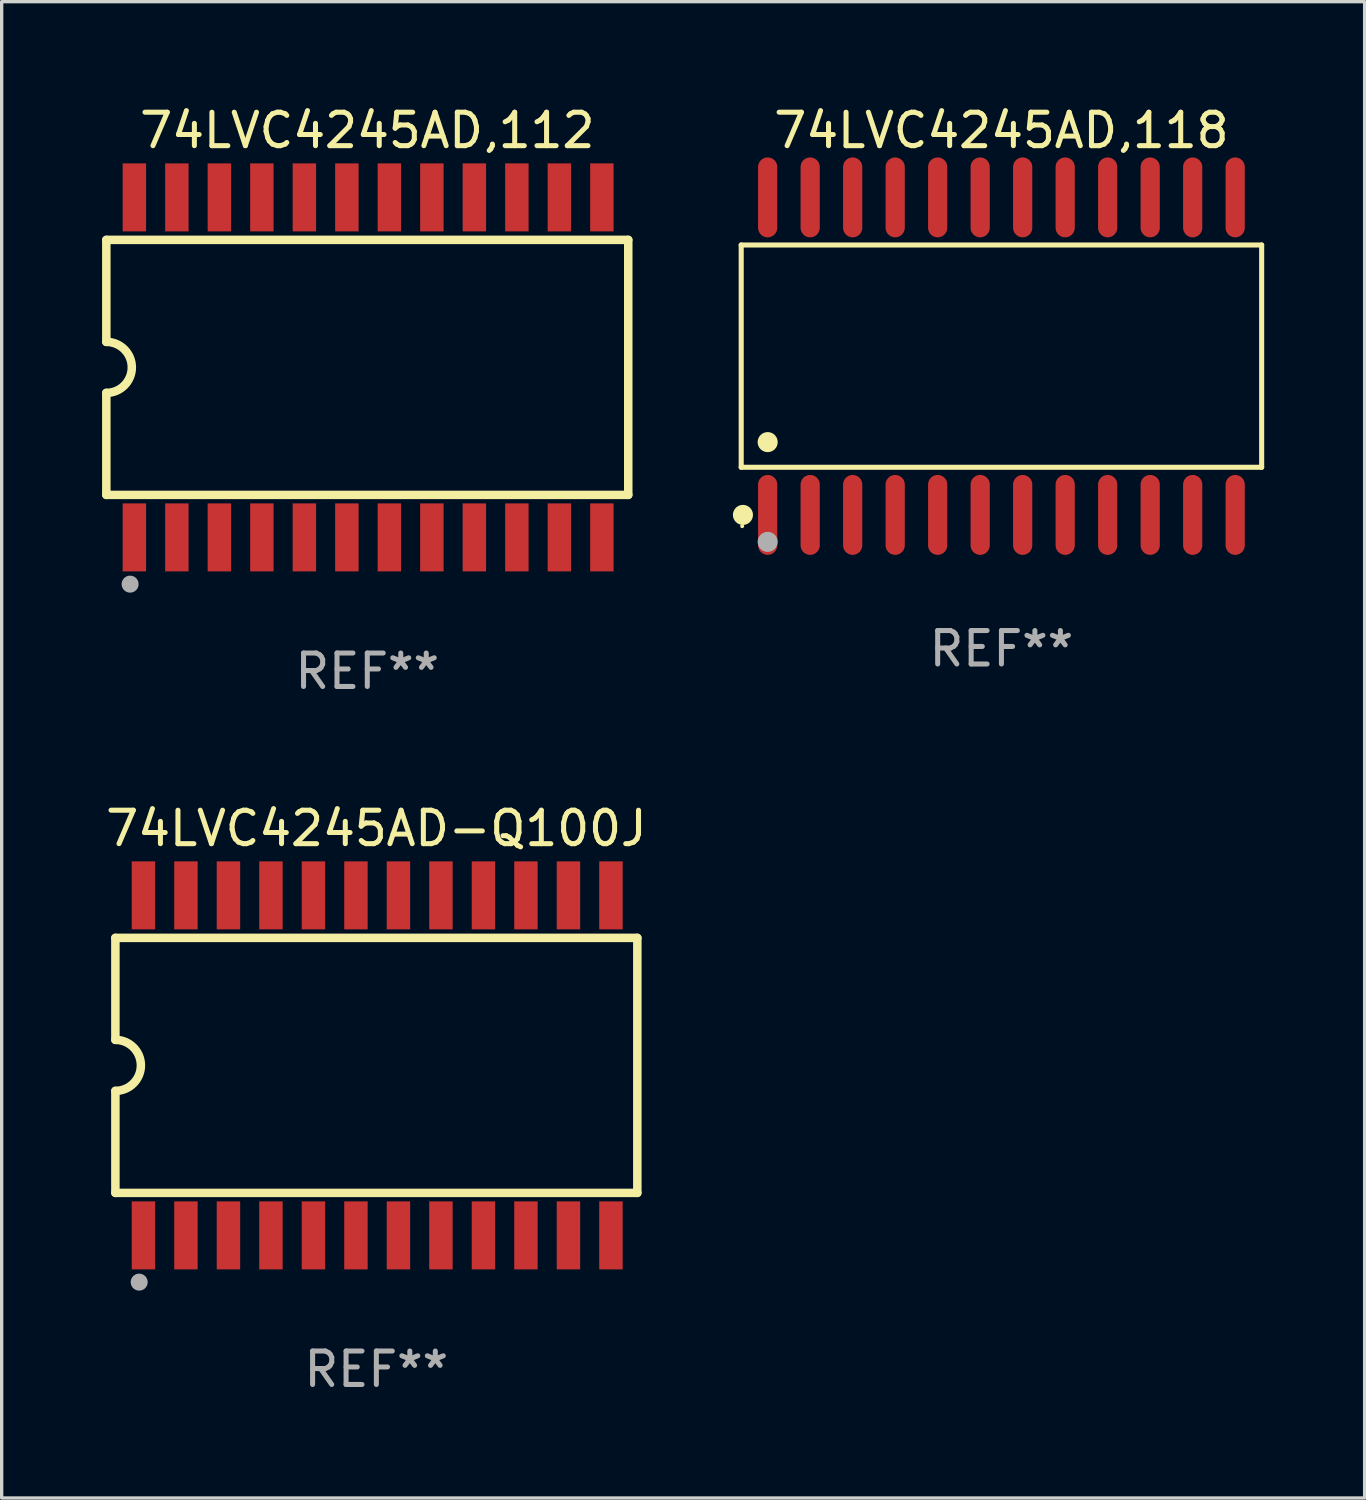
<source format=kicad_pcb>
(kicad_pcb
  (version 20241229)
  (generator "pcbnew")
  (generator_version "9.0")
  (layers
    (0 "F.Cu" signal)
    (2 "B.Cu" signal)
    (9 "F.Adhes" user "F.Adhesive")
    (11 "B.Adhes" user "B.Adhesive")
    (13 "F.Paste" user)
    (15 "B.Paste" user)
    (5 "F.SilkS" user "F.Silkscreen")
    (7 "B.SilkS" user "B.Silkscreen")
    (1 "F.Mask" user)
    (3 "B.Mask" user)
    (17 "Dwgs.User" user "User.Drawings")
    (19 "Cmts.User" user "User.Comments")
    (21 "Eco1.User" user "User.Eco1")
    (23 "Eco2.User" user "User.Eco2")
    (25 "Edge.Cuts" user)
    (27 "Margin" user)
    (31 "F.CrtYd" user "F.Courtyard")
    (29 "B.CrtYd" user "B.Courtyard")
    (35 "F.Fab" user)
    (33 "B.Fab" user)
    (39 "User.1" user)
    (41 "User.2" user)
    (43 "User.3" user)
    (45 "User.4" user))
  (footprint "74LVC4245AD,112"
    (layer "F.Cu")
    (at 7.925 7.928)
    (property "Reference" "74LVC4245AD,112" (at 0 -7.08 0) (layer "F.SilkS") (effects (font (size 1 1) (thickness 0.15))))
    (attr through_hole)
    (fp_line (start -7.798 -3.81) (end -7.798 -0.762) (stroke (width 0.254) (type solid)) (layer "F.SilkS"))
    (fp_line (start -7.798 3.81) (end -7.798 0.762) (stroke (width 0.254) (type solid)) (layer "F.SilkS"))
    (fp_line (start 7.798 -3.81) (end -7.798 -3.81) (stroke (width 0.254) (type solid)) (layer "F.SilkS"))
    (fp_line (start 7.798 3.81) (end -7.798 3.81) (stroke (width 0.254) (type solid)) (layer "F.SilkS"))
    (fp_line (start 7.798 3.81) (end 7.798 -3.81) (stroke (width 0.254) (type solid)) (layer "F.SilkS"))
    (fp_arc (start -7.797791 -0.762002) (mid -7.03579 -0.000001) (end -7.79779 0.762002) (stroke (width 0.254001) (type solid)) (layer "F.SilkS"))
    (fp_circle (center -7.825 3.75) (end -7.795 3.75) (stroke (width 0.06) (type solid)) (fill no) (layer "F.SilkS"))
    (fp_circle (center -7.087 6.477) (end -6.96 6.477) (stroke (width 0.254) (type solid)) (fill no) (layer "F.Fab"))
    (fp_text user "REF**" (at 0 9.08 0) (layer "F.Fab") (effects (font (size 1 1) (thickness 0.15))))
    (pad "1" smd rect (at -6.96 5.08 90) (size 2.032 0.7) (layers "F.Cu" "F.Mask" "F.Paste"))
    (pad "2" smd rect (at -5.69 5.08 90) (size 2.032 0.7) (layers "F.Cu" "F.Mask" "F.Paste"))
    (pad "3" smd rect (at -4.42 5.08 90) (size 2.032 0.7) (layers "F.Cu" "F.Mask" "F.Paste"))
    (pad "4" smd rect (at -3.15 5.08 90) (size 2.032 0.7) (layers "F.Cu" "F.Mask" "F.Paste"))
    (pad "5" smd rect (at -1.88 5.08 90) (size 2.032 0.7) (layers "F.Cu" "F.Mask" "F.Paste"))
    (pad "6" smd rect (at -0.61 5.08 90) (size 2.032 0.7) (layers "F.Cu" "F.Mask" "F.Paste"))
    (pad "7" smd rect (at 0.66 5.08 90) (size 2.032 0.7) (layers "F.Cu" "F.Mask" "F.Paste"))
    (pad "8" smd rect (at 1.93 5.08 90) (size 2.032 0.7) (layers "F.Cu" "F.Mask" "F.Paste"))
    (pad "9" smd rect (at 3.2 5.08 90) (size 2.032 0.7) (layers "F.Cu" "F.Mask" "F.Paste"))
    (pad "10" smd rect (at 4.47 5.08 90) (size 2.032 0.7) (layers "F.Cu" "F.Mask" "F.Paste"))
    (pad "11" smd rect (at 5.74 5.08 90) (size 2.032 0.7) (layers "F.Cu" "F.Mask" "F.Paste"))
    (pad "12" smd rect (at 7.01 5.08 90) (size 2.032 0.7) (layers "F.Cu" "F.Mask" "F.Paste"))
    (pad "13" smd rect (at 7.01 -5.08 90) (size 2.032 0.7) (layers "F.Cu" "F.Mask" "F.Paste"))
    (pad "14" smd rect (at 5.74 -5.08 90) (size 2.032 0.7) (layers "F.Cu" "F.Mask" "F.Paste"))
    (pad "15" smd rect (at 4.47 -5.08 90) (size 2.032 0.7) (layers "F.Cu" "F.Mask" "F.Paste"))
    (pad "16" smd rect (at 3.2 -5.08 90) (size 2.032 0.7) (layers "F.Cu" "F.Mask" "F.Paste"))
    (pad "17" smd rect (at 1.93 -5.08 90) (size 2.032 0.7) (layers "F.Cu" "F.Mask" "F.Paste"))
    (pad "18" smd rect (at 0.66 -5.08 90) (size 2.032 0.7) (layers "F.Cu" "F.Mask" "F.Paste"))
    (pad "19" smd rect (at -0.61 -5.08 90) (size 2.032 0.7) (layers "F.Cu" "F.Mask" "F.Paste"))
    (pad "20" smd rect (at -1.88 -5.08 90) (size 2.032 0.7) (layers "F.Cu" "F.Mask" "F.Paste"))
    (pad "21" smd rect (at -3.15 -5.08 90) (size 2.032 0.7) (layers "F.Cu" "F.Mask" "F.Paste"))
    (pad "22" smd rect (at -4.42 -5.08 90) (size 2.032 0.7) (layers "F.Cu" "F.Mask" "F.Paste"))
    (pad "23" smd rect (at -5.69 -5.08 90) (size 2.032 0.7) (layers "F.Cu" "F.Mask" "F.Paste"))
    (pad "24" smd rect (at -6.96 -5.08 90) (size 2.032 0.7) (layers "F.Cu" "F.Mask" "F.Paste")))
  (footprint "74LVC4245AD,118"
    (layer "F.Cu")
    (at 26.874 7.592)
    (property "Reference" "74LVC4245AD,118" (at 0 -6.744 0) (layer "F.SilkS") (effects (font (size 1 1) (thickness 0.15))))
    (attr through_hole)
    (fp_line (start -7.776 -3.321) (end 7.776 -3.321) (stroke (width 0.152) (type solid)) (layer "F.SilkS"))
    (fp_line (start -7.776 3.321) (end -7.776 -3.321) (stroke (width 0.152) (type solid)) (layer "F.SilkS"))
    (fp_line (start 7.776 -3.321) (end 7.776 3.321) (stroke (width 0.152) (type solid)) (layer "F.SilkS"))
    (fp_line (start 7.776 3.321) (end -7.776 3.321) (stroke (width 0.152) (type solid)) (layer "F.SilkS"))
    (fp_circle (center -7.747 5.08) (end -7.717 5.08) (stroke (width 0.06) (type solid)) (fill no) (layer "F.SilkS"))
    (fp_circle (center -7.724 4.744) (end -7.574 4.744) (stroke (width 0.3) (type solid)) (fill no) (layer "F.SilkS"))
    (fp_circle (center -6.985 2.569) (end -6.835 2.569) (stroke (width 0.3) (type solid)) (fill no) (layer "F.SilkS"))
    (fp_circle (center -6.985 5.55) (end -6.835 5.55) (stroke (width 0.3) (type solid)) (fill no) (layer "F.Fab"))
    (fp_text user "REF**" (at 0 8.744 0) (layer "F.Fab") (effects (font (size 1 1) (thickness 0.15))))
    (pad "1" smd oval (at -6.985 4.744) (size 0.574 2.388) (layers "F.Cu" "F.Mask" "F.Paste"))
    (pad "2" smd oval (at -5.715 4.744) (size 0.574 2.388) (layers "F.Cu" "F.Mask" "F.Paste"))
    (pad "3" smd oval (at -4.445 4.744) (size 0.574 2.388) (layers "F.Cu" "F.Mask" "F.Paste"))
    (pad "4" smd oval (at -3.175 4.744) (size 0.574 2.388) (layers "F.Cu" "F.Mask" "F.Paste"))
    (pad "5" smd oval (at -1.905 4.744) (size 0.574 2.388) (layers "F.Cu" "F.Mask" "F.Paste"))
    (pad "6" smd oval (at -0.635 4.744) (size 0.574 2.388) (layers "F.Cu" "F.Mask" "F.Paste"))
    (pad "7" smd oval (at 0.635 4.744) (size 0.574 2.388) (layers "F.Cu" "F.Mask" "F.Paste"))
    (pad "8" smd oval (at 1.905 4.744) (size 0.574 2.388) (layers "F.Cu" "F.Mask" "F.Paste"))
    (pad "9" smd oval (at 3.175 4.744) (size 0.574 2.388) (layers "F.Cu" "F.Mask" "F.Paste"))
    (pad "10" smd oval (at 4.445 4.744) (size 0.574 2.388) (layers "F.Cu" "F.Mask" "F.Paste"))
    (pad "11" smd oval (at 5.715 4.744) (size 0.574 2.388) (layers "F.Cu" "F.Mask" "F.Paste"))
    (pad "12" smd oval (at 6.985 4.744) (size 0.574 2.388) (layers "F.Cu" "F.Mask" "F.Paste"))
    (pad "13" smd oval (at 6.985 -4.744) (size 0.574 2.388) (layers "F.Cu" "F.Mask" "F.Paste"))
    (pad "14" smd oval (at 5.715 -4.744) (size 0.574 2.388) (layers "F.Cu" "F.Mask" "F.Paste"))
    (pad "15" smd oval (at 4.445 -4.744) (size 0.574 2.388) (layers "F.Cu" "F.Mask" "F.Paste"))
    (pad "16" smd oval (at 3.175 -4.744) (size 0.574 2.388) (layers "F.Cu" "F.Mask" "F.Paste"))
    (pad "17" smd oval (at 1.905 -4.744) (size 0.574 2.388) (layers "F.Cu" "F.Mask" "F.Paste"))
    (pad "18" smd oval (at 0.635 -4.744) (size 0.574 2.388) (layers "F.Cu" "F.Mask" "F.Paste"))
    (pad "19" smd oval (at -0.635 -4.744) (size 0.574 2.388) (layers "F.Cu" "F.Mask" "F.Paste"))
    (pad "20" smd oval (at -1.905 -4.744) (size 0.574 2.388) (layers "F.Cu" "F.Mask" "F.Paste"))
    (pad "21" smd oval (at -3.175 -4.744) (size 0.574 2.388) (layers "F.Cu" "F.Mask" "F.Paste"))
    (pad "22" smd oval (at -4.445 -4.744) (size 0.574 2.388) (layers "F.Cu" "F.Mask" "F.Paste"))
    (pad "23" smd oval (at -5.715 -4.744) (size 0.574 2.388) (layers "F.Cu" "F.Mask" "F.Paste"))
    (pad "24" smd oval (at -6.985 -4.744) (size 0.574 2.388) (layers "F.Cu" "F.Mask" "F.Paste")))
  (footprint "74LVC4245AD-Q100J"
    (layer "F.Cu")
    (at 8.196 28.785)
    (property "Reference" "74LVC4245AD-Q100J" (at 0 -7.08 0) (layer "F.SilkS") (effects (font (size 1 1) (thickness 0.15))))
    (attr through_hole)
    (fp_line (start -7.798 -3.81) (end -7.798 -0.762) (stroke (width 0.254) (type solid)) (layer "F.SilkS"))
    (fp_line (start -7.798 3.81) (end -7.798 0.762) (stroke (width 0.254) (type solid)) (layer "F.SilkS"))
    (fp_line (start 7.798 -3.81) (end -7.798 -3.81) (stroke (width 0.254) (type solid)) (layer "F.SilkS"))
    (fp_line (start 7.798 3.81) (end -7.798 3.81) (stroke (width 0.254) (type solid)) (layer "F.SilkS"))
    (fp_line (start 7.798 3.81) (end 7.798 -3.81) (stroke (width 0.254) (type solid)) (layer "F.SilkS"))
    (fp_arc (start -7.797791 -0.762002) (mid -7.03579 -0.000001) (end -7.79779 0.762002) (stroke (width 0.254001) (type solid)) (layer "F.SilkS"))
    (fp_circle (center -7.825 3.75) (end -7.795 3.75) (stroke (width 0.06) (type solid)) (fill no) (layer "F.SilkS"))
    (fp_circle (center -7.087 6.477) (end -6.96 6.477) (stroke (width 0.254) (type solid)) (fill no) (layer "F.Fab"))
    (fp_text user "REF**" (at 0 9.08 0) (layer "F.Fab") (effects (font (size 1 1) (thickness 0.15))))
    (pad "1" smd rect (at -6.96 5.08 90) (size 2.032 0.7) (layers "F.Cu" "F.Mask" "F.Paste"))
    (pad "2" smd rect (at -5.69 5.08 90) (size 2.032 0.7) (layers "F.Cu" "F.Mask" "F.Paste"))
    (pad "3" smd rect (at -4.42 5.08 90) (size 2.032 0.7) (layers "F.Cu" "F.Mask" "F.Paste"))
    (pad "4" smd rect (at -3.15 5.08 90) (size 2.032 0.7) (layers "F.Cu" "F.Mask" "F.Paste"))
    (pad "5" smd rect (at -1.88 5.08 90) (size 2.032 0.7) (layers "F.Cu" "F.Mask" "F.Paste"))
    (pad "6" smd rect (at -0.61 5.08 90) (size 2.032 0.7) (layers "F.Cu" "F.Mask" "F.Paste"))
    (pad "7" smd rect (at 0.66 5.08 90) (size 2.032 0.7) (layers "F.Cu" "F.Mask" "F.Paste"))
    (pad "8" smd rect (at 1.93 5.08 90) (size 2.032 0.7) (layers "F.Cu" "F.Mask" "F.Paste"))
    (pad "9" smd rect (at 3.2 5.08 90) (size 2.032 0.7) (layers "F.Cu" "F.Mask" "F.Paste"))
    (pad "10" smd rect (at 4.47 5.08 90) (size 2.032 0.7) (layers "F.Cu" "F.Mask" "F.Paste"))
    (pad "11" smd rect (at 5.74 5.08 90) (size 2.032 0.7) (layers "F.Cu" "F.Mask" "F.Paste"))
    (pad "12" smd rect (at 7.01 5.08 90) (size 2.032 0.7) (layers "F.Cu" "F.Mask" "F.Paste"))
    (pad "13" smd rect (at 7.01 -5.08 90) (size 2.032 0.7) (layers "F.Cu" "F.Mask" "F.Paste"))
    (pad "14" smd rect (at 5.74 -5.08 90) (size 2.032 0.7) (layers "F.Cu" "F.Mask" "F.Paste"))
    (pad "15" smd rect (at 4.47 -5.08 90) (size 2.032 0.7) (layers "F.Cu" "F.Mask" "F.Paste"))
    (pad "16" smd rect (at 3.2 -5.08 90) (size 2.032 0.7) (layers "F.Cu" "F.Mask" "F.Paste"))
    (pad "17" smd rect (at 1.93 -5.08 90) (size 2.032 0.7) (layers "F.Cu" "F.Mask" "F.Paste"))
    (pad "18" smd rect (at 0.66 -5.08 90) (size 2.032 0.7) (layers "F.Cu" "F.Mask" "F.Paste"))
    (pad "19" smd rect (at -0.61 -5.08 90) (size 2.032 0.7) (layers "F.Cu" "F.Mask" "F.Paste"))
    (pad "20" smd rect (at -1.88 -5.08 90) (size 2.032 0.7) (layers "F.Cu" "F.Mask" "F.Paste"))
    (pad "21" smd rect (at -3.15 -5.08 90) (size 2.032 0.7) (layers "F.Cu" "F.Mask" "F.Paste"))
    (pad "22" smd rect (at -4.42 -5.08 90) (size 2.032 0.7) (layers "F.Cu" "F.Mask" "F.Paste"))
    (pad "23" smd rect (at -5.69 -5.08 90) (size 2.032 0.7) (layers "F.Cu" "F.Mask" "F.Paste"))
    (pad "24" smd rect (at -6.96 -5.08 90) (size 2.032 0.7) (layers "F.Cu" "F.Mask" "F.Paste")))
  (gr_rect
    (start -3 -3)
    (end 37.727 41.713)
    (stroke (width 0.1) (type default))
    (fill no)
    (layer "Edge.Cuts")))
</source>
